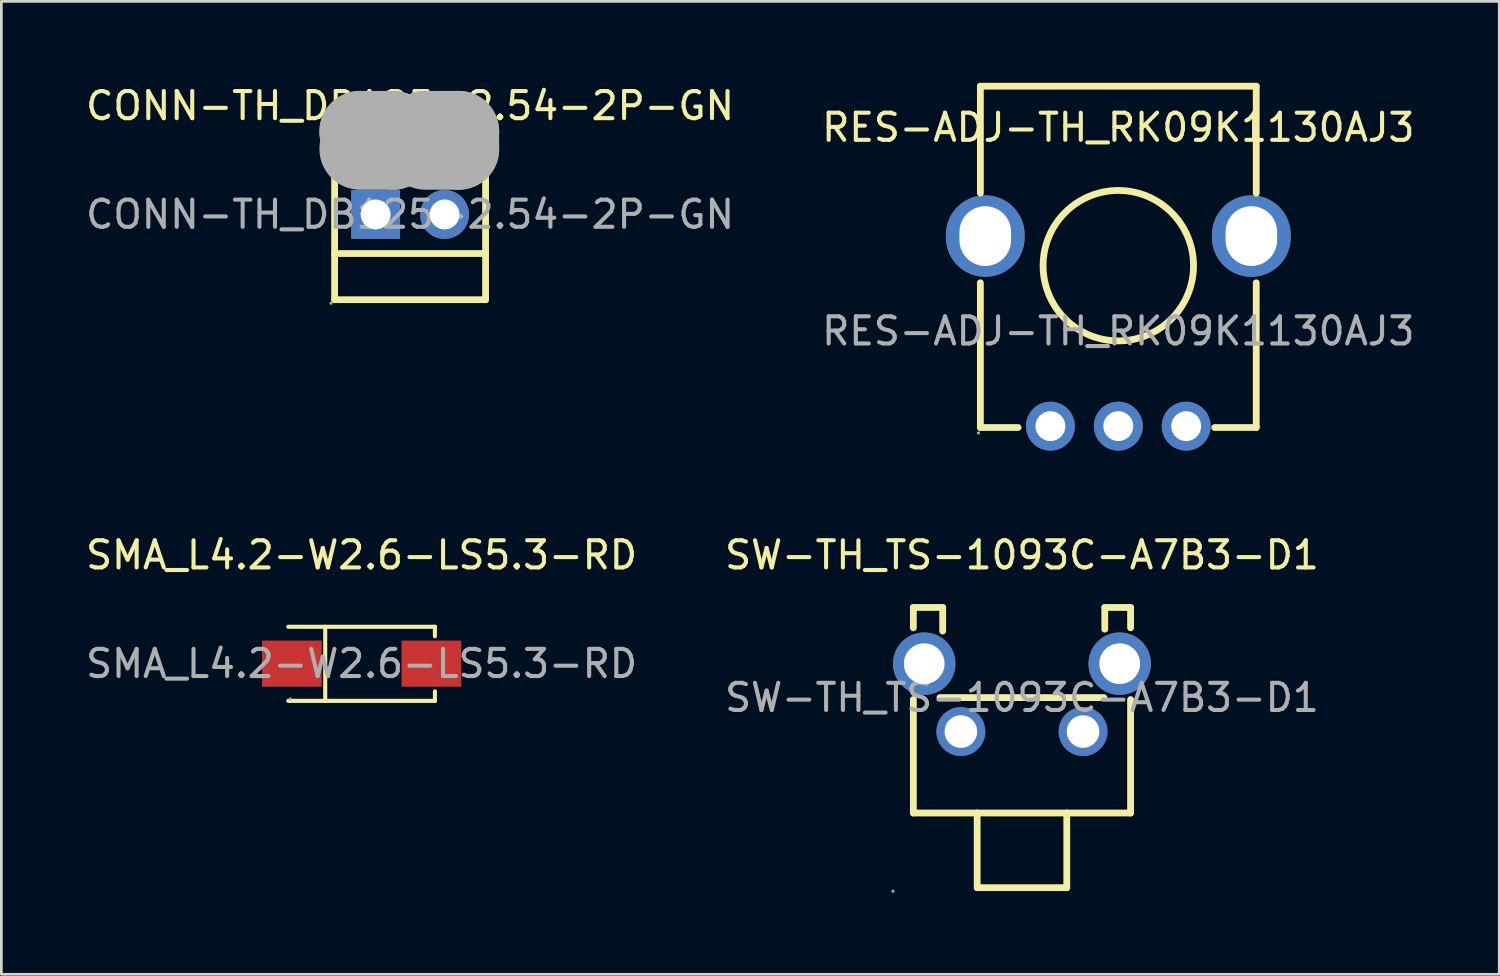
<source format=kicad_pcb>
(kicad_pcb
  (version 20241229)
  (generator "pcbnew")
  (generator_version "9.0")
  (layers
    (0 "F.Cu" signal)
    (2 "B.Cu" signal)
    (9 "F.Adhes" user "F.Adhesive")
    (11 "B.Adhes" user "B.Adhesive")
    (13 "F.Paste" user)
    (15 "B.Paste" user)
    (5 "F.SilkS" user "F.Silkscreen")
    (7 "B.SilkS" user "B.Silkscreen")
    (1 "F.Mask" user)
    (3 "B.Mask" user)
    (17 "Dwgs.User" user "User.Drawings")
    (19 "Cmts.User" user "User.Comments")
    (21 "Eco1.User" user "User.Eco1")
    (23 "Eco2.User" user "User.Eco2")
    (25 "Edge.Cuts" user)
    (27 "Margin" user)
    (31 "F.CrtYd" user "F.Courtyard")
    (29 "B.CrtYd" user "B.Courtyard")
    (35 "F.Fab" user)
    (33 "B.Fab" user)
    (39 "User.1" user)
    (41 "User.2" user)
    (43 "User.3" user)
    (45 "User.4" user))
  (footprint "SMA_L4.2-W2.6-LS5.3-RD"
    (layer "F.Cu")
    (at 10.268 21.393)
    (property "Reference" "SMA_L4.2-W2.6-LS5.3-RD" (at 0 -4 0) (layer "F.SilkS") (effects (font (size 1 1) (thickness 0.15))))
    (attr smd)
    (fp_line (start -2.7 -1.36) (end 2.7 -1.36) (stroke (width 0.15) (type solid)) (layer "F.SilkS"))
    (fp_line (start -2.7 1.37) (end 2.7 1.37) (stroke (width 0.15) (type solid)) (layer "F.SilkS"))
    (fp_line (start -1.34 -1.36) (end -1.34 1.37) (stroke (width 0.15) (type solid)) (layer "F.SilkS"))
    (fp_line (start 2.7 -1.36) (end 2.7 -1.01) (stroke (width 0.15) (type solid)) (layer "F.SilkS"))
    (fp_line (start 2.7 1.37) (end 2.7 1.02) (stroke (width 0.15) (type solid)) (layer "F.SilkS"))
    (fp_circle (center -2.63 1.3) (end -2.6 1.3) (stroke (width 0.06) (type solid)) (fill no) (layer "F.Fab"))
    (fp_text user "${REFERENCE}" (at 0 0 0) (layer "F.Fab") (effects (font (size 1 1) (thickness 0.15))))
    (pad "1" smd rect (at -2.57 0) (size 2.2 1.7) (layers "F.Cu" "F.Mask" "F.Paste"))
    (pad "2" smd rect (at 2.57 0) (size 2.2 1.7) (layers "F.Cu" "F.Mask" "F.Paste")))
  (footprint "SW-TH_TS-1093C-A7B3-D1"
    (layer "F.Cu")
    (at 34.589 22.643)
    (property "Reference" "SW-TH_TS-1093C-A7B3-D1" (at 0 -5.25 0) (layer "F.SilkS") (effects (font (size 1 1) (thickness 0.15))))
    (attr through_hole)
    (fp_line (start -4 -3.32) (end -4 -2.57) (stroke (width 0.25) (type solid)) (layer "F.SilkS"))
    (fp_line (start -4 -3.32) (end -2.92 -3.32) (stroke (width 0.25) (type solid)) (layer "F.SilkS"))
    (fp_line (start -4 4.25) (end -4 0.07) (stroke (width 0.25) (type solid)) (layer "F.SilkS"))
    (fp_line (start -4 4.25) (end 4 4.25) (stroke (width 0.25) (type solid)) (layer "F.SilkS"))
    (fp_line (start -2.92 -3.32) (end -2.92 -2.45) (stroke (width 0.25) (type solid)) (layer "F.SilkS"))
    (fp_line (start -1.65 7) (end -1.65 4.25) (stroke (width 0.25) (type solid)) (layer "F.SilkS"))
    (fp_line (start 1.65 7) (end -1.65 7) (stroke (width 0.25) (type solid)) (layer "F.SilkS"))
    (fp_line (start 1.65 7) (end 1.65 4.25) (stroke (width 0.25) (type solid)) (layer "F.SilkS"))
    (fp_line (start 3.02 0) (end -3.02 0) (stroke (width 0.25) (type solid)) (layer "F.SilkS"))
    (fp_line (start 3.05 -3.32) (end 3.05 -2.52) (stroke (width 0.25) (type solid)) (layer "F.SilkS"))
    (fp_line (start 4 -3.32) (end 3.05 -3.32) (stroke (width 0.25) (type solid)) (layer "F.SilkS"))
    (fp_line (start 4 -3.32) (end 4 -2.57) (stroke (width 0.25) (type solid)) (layer "F.SilkS"))
    (fp_line (start 4 4.25) (end 4 0.07) (stroke (width 0.25) (type solid)) (layer "F.SilkS"))
    (fp_circle (center -4.75 7.13) (end -4.72 7.13) (stroke (width 0.06) (type solid)) (fill no) (layer "F.Fab"))
    (fp_circle (center -3.6 -1.25) (end -3.27 -1.25) (stroke (width 0.65) (type solid)) (fill no) (layer "F.Fab"))
    (fp_circle (center -2.25 1.25) (end -2 1.25) (stroke (width 0.5) (type solid)) (fill no) (layer "F.Fab"))
    (fp_circle (center 2.25 1.25) (end 2.5 1.25) (stroke (width 0.5) (type solid)) (fill no) (layer "F.Fab"))
    (fp_circle (center 3.6 -1.25) (end 3.93 -1.25) (stroke (width 0.65) (type solid)) (fill no) (layer "F.Fab"))
    (fp_text user "${REFERENCE}" (at 0 0 0) (layer "F.Fab") (effects (font (size 1 1) (thickness 0.15))))
    (pad "1" thru_hole circle (at -2.25 1.25) (size 1.8 1.8) (drill 1.2) (layers "*.Cu" "*.Mask"))
    (pad "2" thru_hole circle (at 2.25 1.25) (size 1.8 1.8) (drill 1.2) (layers "*.Cu" "*.Mask"))
    (pad "3" thru_hole circle (at -3.6 -1.25) (size 2.3 2.3) (drill 1.5) (layers "*.Cu" "*.Mask"))
    (pad "4" thru_hole circle (at 3.6 -1.25) (size 2.3 2.3) (drill 1.5) (layers "*.Cu" "*.Mask")))
  (footprint "RES-ADJ-TH_RK09K1130AJ3"
    (layer "F.Cu")
    (at 38.137 9.145)
    (property "Reference" "RES-ADJ-TH_RK09K1130AJ3" (at 0 -7.5 0) (layer "F.SilkS") (effects (font (size 1 1) (thickness 0.15))))
    (attr through_hole)
    (fp_line (start -5.08 -9.02) (end 5.08 -9.02) (stroke (width 0.25) (type solid)) (layer "F.SilkS"))
    (fp_line (start -5.08 -5.08) (end -5.08 -9.02) (stroke (width 0.25) (type solid)) (layer "F.SilkS"))
    (fp_line (start -5.08 -1.78) (end -5.08 3.55) (stroke (width 0.25) (type solid)) (layer "F.SilkS"))
    (fp_line (start -5.08 3.55) (end -3.69 3.55) (stroke (width 0.25) (type solid)) (layer "F.SilkS"))
    (fp_line (start 3.55 3.55) (end 5.08 3.55) (stroke (width 0.25) (type solid)) (layer "F.SilkS"))
    (fp_line (start 5.08 -9.02) (end 5.08 -5.08) (stroke (width 0.25) (type solid)) (layer "F.SilkS"))
    (fp_line (start 5.08 3.55) (end 5.08 -1.78) (stroke (width 0.25) (type solid)) (layer "F.SilkS"))
    (fp_circle (center 0 -2.41) (end 2.77 -2.41) (stroke (width 0.25) (type solid)) (fill no) (layer "F.SilkS"))
    (fp_circle (center -5.15 3.75) (end -5.12 3.75) (stroke (width 0.06) (type solid)) (fill no) (layer "F.Fab"))
    (fp_text user "${REFERENCE}" (at 0 0 0) (layer "F.Fab") (effects (font (size 1 1) (thickness 0.15))))
    (pad "1" thru_hole circle (at -2.5 3.5) (size 1.8 1.8) (drill 1.1) (layers "*.Cu" "*.Mask"))
    (pad "2" thru_hole circle (at 0 3.5) (size 1.8 1.8) (drill 1.1) (layers "*.Cu" "*.Mask"))
    (pad "3" thru_hole circle (at 2.5 3.5) (size 1.8 1.8) (drill 1.1) (layers "*.Cu" "*.Mask"))
    (pad "4" thru_hole oval (at -4.9 -3.5) (size 2.9 3) (drill oval 1.9 2.2) (layers "*.Cu" "*.Mask"))
    (pad "5" thru_hole oval (at 4.9 -3.5) (size 2.9 3) (drill oval 1.9 2.2) (layers "*.Cu" "*.Mask")))
  (footprint "CONN-TH_DB125-2.54-2P-GN"
    (layer "F.Cu")
    (at 12.054 4.848)
    (property "Reference" "CONN-TH_DB125-2.54-2P-GN" (at 0 -4 0) (layer "F.SilkS") (effects (font (size 1 1) (thickness 0.15))))
    (attr through_hole)
    (fp_line (start -2.78 -3.14) (end -2.78 3.14) (stroke (width 0.25) (type solid)) (layer "F.SilkS"))
    (fp_line (start 2.78 -3.14) (end -2.78 -3.14) (stroke (width 0.25) (type solid)) (layer "F.SilkS"))
    (fp_line (start 2.78 -3.14) (end 2.78 3.14) (stroke (width 0.25) (type solid)) (layer "F.SilkS"))
    (fp_line (start 2.78 -1.39) (end -2.78 -1.39) (stroke (width 0.25) (type solid)) (layer "F.SilkS"))
    (fp_line (start 2.78 1.44) (end -2.78 1.44) (stroke (width 0.25) (type solid)) (layer "F.SilkS"))
    (fp_line (start 2.78 3.14) (end -2.78 3.14) (stroke (width 0.25) (type solid)) (layer "F.SilkS"))
    (fp_line (start -1.84 -3.05) (end -1.84 -3.05) (stroke (width 3) (type solid)) (layer "F.Fab"))
    (fp_line (start -1.84 -3.05) (end -0.63 -3.05) (stroke (width 3) (type solid)) (layer "F.Fab"))
    (fp_line (start -0.63 -3.05) (end -0.63 -2.41) (stroke (width 3) (type solid)) (layer "F.Fab"))
    (fp_line (start -0.63 -2.41) (end -1.84 -2.41) (stroke (width 3) (type solid)) (layer "F.Fab"))
    (fp_line (start 0.57 -3.05) (end 0.57 -3.05) (stroke (width 3) (type solid)) (layer "F.Fab"))
    (fp_line (start 0.57 -3.05) (end 1.78 -3.05) (stroke (width 3) (type solid)) (layer "F.Fab"))
    (fp_line (start 1.78 -3.05) (end 1.78 -2.41) (stroke (width 3) (type solid)) (layer "F.Fab"))
    (fp_line (start 1.78 -2.41) (end 0.57 -2.41) (stroke (width 3) (type solid)) (layer "F.Fab"))
    (fp_circle (center -2.91 3.27) (end -2.88 3.27) (stroke (width 0.06) (type solid)) (fill no) (layer "F.Fab"))
    (fp_text user "${REFERENCE}" (at 0 0 0) (layer "F.Fab") (effects (font (size 1 1) (thickness 0.15))))
    (pad "1" thru_hole rect (at -1.27 0) (size 1.8 1.8) (drill 1.1) (layers "*.Cu" "*.Mask"))
    (pad "2" thru_hole circle (at 1.27 0) (size 1.8 1.8) (drill 1.1) (layers "*.Cu" "*.Mask")))
  (gr_rect
    (start -3 -3)
    (end 52.167 32.833)
    (stroke (width 0.1) (type default))
    (fill no)
    (layer "Edge.Cuts")))
</source>
